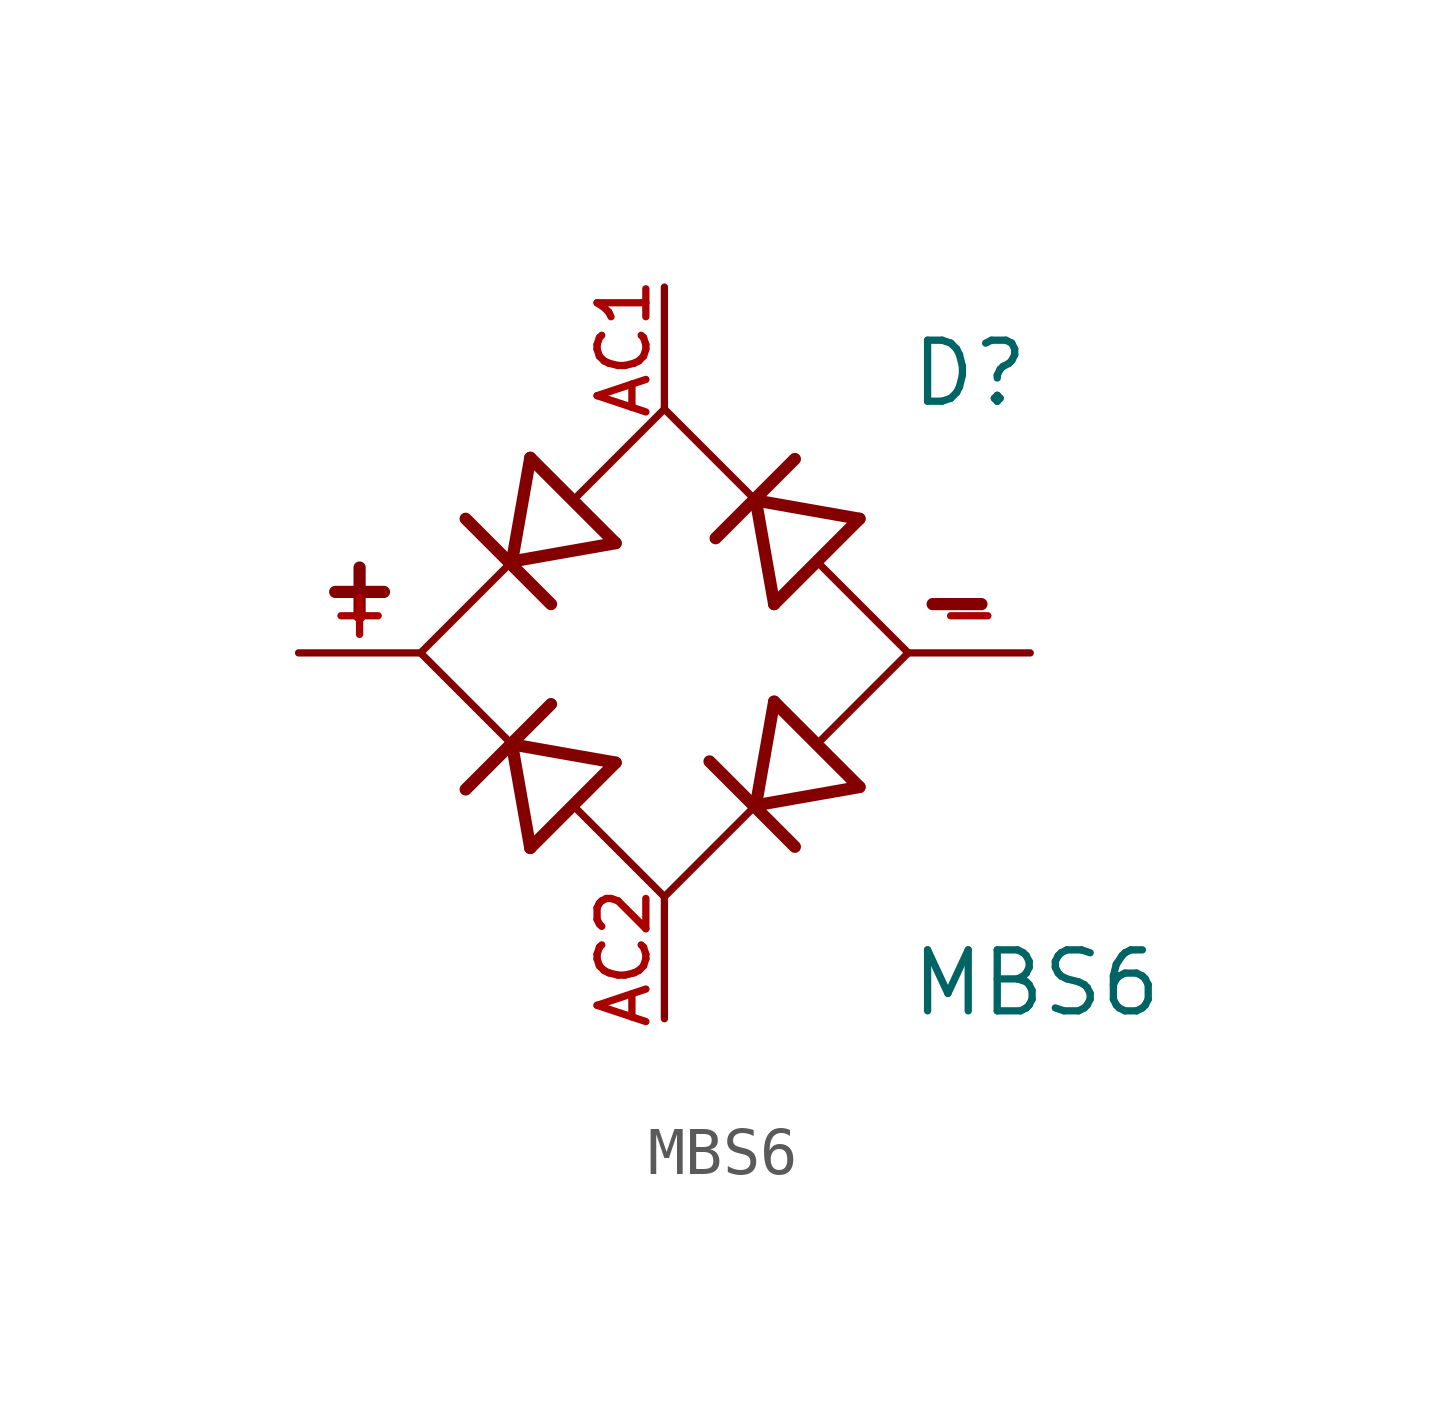
<source format=kicad_sym>
(kicad_symbol_lib
  (version 20211014)
  (generator kicad_symbol_editor)
  (symbol "MBS6"
    (pin_names
      (offset 1.016))
    (property "Reference" "D"
      (at 5.08 5.08 0)
      (effects (font (size 1.27 1.27)) (justify bottom left)))
    (property "Value" "MBS6"
      (at 5.08 -7.62 0)
      (effects (font (size 1.27 1.27)) (justify bottom left)))
    (symbol "MBS6_0_0"
      (polyline (pts (xy 1.905 -3.175) (xy 4.064 -2.794)) (stroke (width 0.254)))
      (polyline (pts (xy 1.905 -3.175) (xy 2.286 -1.016)) (stroke (width 0.254)))
      (polyline (pts (xy 2.718 -4.039) (xy 0.94 -2.261)) (stroke (width 0.254)))
      (polyline (pts (xy 1.905 3.175) (xy 4.064 2.794)) (stroke (width 0.254)))
      (polyline (pts (xy 1.905 3.175) (xy 2.286 1.016)) (stroke (width 0.254)))
      (polyline (pts (xy 2.718 4.039) (xy 1.067 2.388)) (stroke (width 0.254)))
      (polyline (pts (xy -3.175 1.905) (xy -2.794 4.064)) (stroke (width 0.254)))
      (polyline (pts (xy -3.175 1.905) (xy -1.016 2.286)) (stroke (width 0.254)))
      (polyline (pts (xy -2.362 1.016) (xy -4.14 2.794)) (stroke (width 0.254)))
      (polyline (pts (xy -3.175 -1.905) (xy -2.794 -4.064)) (stroke (width 0.254)))
      (polyline (pts (xy -3.175 -1.905) (xy -1.016 -2.286)) (stroke (width 0.254)))
      (polyline (pts (xy -2.362 -1.067) (xy -4.14 -2.845)) (stroke (width 0.254)))
      (polyline (pts (xy -5.08 0.0) (xy -3.175 -1.905)) (stroke (width 0.152)))
      (polyline (pts (xy 0.0 -5.08) (xy 1.905 -3.175)) (stroke (width 0.152)))
      (polyline (pts (xy 3.277 -1.803) (xy 5.08 0.0)) (stroke (width 0.152)))
      (polyline (pts (xy 4.064 -2.794) (xy 2.286 -1.016)) (stroke (width 0.254)))
      (polyline (pts (xy 5.08 0.0) (xy 3.277 1.803)) (stroke (width 0.152)))
      (polyline (pts (xy 4.064 2.794) (xy 2.286 1.016)) (stroke (width 0.254)))
      (polyline (pts (xy 1.905 3.175) (xy 0.0 5.08)) (stroke (width 0.152)))
      (polyline (pts (xy 0.0 5.08) (xy -1.803 3.277)) (stroke (width 0.152)))
      (polyline (pts (xy -1.016 2.286) (xy -2.794 4.064)) (stroke (width 0.254)))
      (polyline (pts (xy -3.175 1.905) (xy -5.08 0.0)) (stroke (width 0.152)))
      (polyline (pts (xy 0.0 -5.08) (xy -1.803 -3.277)) (stroke (width 0.152)))
      (polyline (pts (xy -1.016 -2.286) (xy -2.794 -4.064)) (stroke (width 0.254)))
      (polyline (pts (xy 5.588 1.016) (xy 6.604 1.016)) (stroke (width 0.254)))
      (polyline (pts (xy -6.858 1.27) (xy -5.842 1.27)) (stroke (width 0.254)))
      (polyline (pts (xy -6.35 0.762) (xy -6.35 1.778)) (stroke (width 0.254)))
      (pin passive line (at 0.0 7.62 270.0) (length 2.54) (name "~" (effects (font (size 1.016 1.016)))) (number "AC1" (effects (font (size 1.016 1.016)))))
      (pin passive line (at -7.62 0.0 0) (length 2.54) (name "~" (effects (font (size 1.016 1.016)))) (number "+" (effects (font (size 1.016 1.016)))))
      (pin passive line (at 0.0 -7.62 90.0) (length 2.54) (name "~" (effects (font (size 1.016 1.016)))) (number "AC2" (effects (font (size 1.016 1.016)))))
      (pin passive line (at 7.62 0.0 180.0) (length 2.54) (name "~" (effects (font (size 1.016 1.016)))) (number "-" (effects (font (size 1.016 1.016))))))))
</source>
